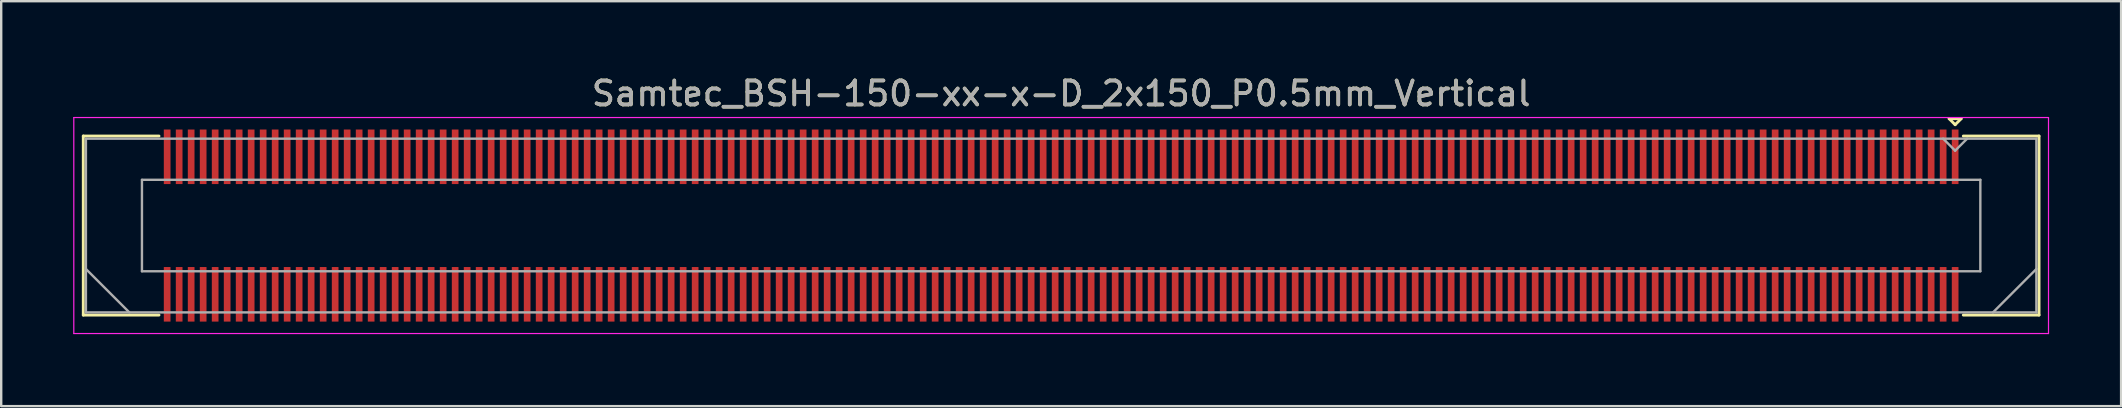
<source format=kicad_pcb>
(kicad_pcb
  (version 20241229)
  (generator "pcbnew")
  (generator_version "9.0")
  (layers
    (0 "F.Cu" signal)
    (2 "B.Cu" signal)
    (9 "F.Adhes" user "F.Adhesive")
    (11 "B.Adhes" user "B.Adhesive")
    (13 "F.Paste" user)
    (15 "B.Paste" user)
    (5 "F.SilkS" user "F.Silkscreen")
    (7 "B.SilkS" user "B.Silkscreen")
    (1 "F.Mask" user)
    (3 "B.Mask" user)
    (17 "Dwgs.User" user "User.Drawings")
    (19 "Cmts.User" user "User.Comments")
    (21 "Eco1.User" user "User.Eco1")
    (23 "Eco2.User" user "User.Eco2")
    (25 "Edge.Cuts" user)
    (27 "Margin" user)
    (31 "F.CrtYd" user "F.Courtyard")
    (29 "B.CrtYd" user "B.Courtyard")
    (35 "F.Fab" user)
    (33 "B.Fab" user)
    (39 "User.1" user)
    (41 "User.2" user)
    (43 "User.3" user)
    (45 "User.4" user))
  (footprint "Samtec_BSH-150-xx-x-D_2x150_P0.5mm_Vertical"
    (layer "F.Cu")
    (at 41.165 6.348)
    (property "Reference" "Samtec_BSH-150-xx-x-D_2x150_P0.5mm_Vertical" (at 0 -5.5 0) (layer "F.SilkS") (effects (font (size 1 1) (thickness 0.15))))
    (attr smd)
    (fp_line (start -40.745 -3.73) (end -37.59 -3.73) (stroke (width 0.12) (type solid)) (layer "F.SilkS"))
    (fp_line (start -40.745 3.73) (end -40.745 -3.73) (stroke (width 0.12) (type solid)) (layer "F.SilkS"))
    (fp_line (start -37.59 3.73) (end -40.745 3.73) (stroke (width 0.12) (type solid)) (layer "F.SilkS"))
    (fp_line (start 37 -4.452) (end 37.5 -4.452) (stroke (width 0.12) (type solid)) (layer "F.SilkS"))
    (fp_line (start 37.25 -4.202) (end 37 -4.452) (stroke (width 0.12) (type solid)) (layer "F.SilkS"))
    (fp_line (start 37.5 -4.452) (end 37.25 -4.202) (stroke (width 0.12) (type solid)) (layer "F.SilkS"))
    (fp_line (start 37.59 3.73) (end 40.745 3.73) (stroke (width 0.12) (type solid)) (layer "F.SilkS"))
    (fp_line (start 40.745 -3.73) (end 37.59 -3.73) (stroke (width 0.12) (type solid)) (layer "F.SilkS"))
    (fp_line (start 40.745 3.73) (end 40.745 -3.73) (stroke (width 0.12) (type solid)) (layer "F.SilkS"))
    (fp_line (start -41.14 -4.5) (end -41.14 4.5) (stroke (width 0.05) (type solid)) (layer "F.CrtYd"))
    (fp_line (start -41.14 4.5) (end 41.14 4.5) (stroke (width 0.05) (type solid)) (layer "F.CrtYd"))
    (fp_line (start 41.14 -4.5) (end -41.14 -4.5) (stroke (width 0.05) (type solid)) (layer "F.CrtYd"))
    (fp_line (start 41.14 4.5) (end 41.14 -4.5) (stroke (width 0.05) (type solid)) (layer "F.CrtYd"))
    (fp_line (start -40.635 -3.62) (end -40.635 3.62) (stroke (width 0.1) (type solid)) (layer "F.Fab"))
    (fp_line (start -40.635 1.81) (end -38.825 3.62) (stroke (width 0.1) (type solid)) (layer "F.Fab"))
    (fp_line (start -40.635 3.62) (end 40.635 3.62) (stroke (width 0.1) (type solid)) (layer "F.Fab"))
    (fp_line (start -38.3 -1.905) (end -38.3 1.905) (stroke (width 0.1) (type solid)) (layer "F.Fab"))
    (fp_line (start -38.3 1.905) (end 38.3 1.905) (stroke (width 0.1) (type solid)) (layer "F.Fab"))
    (fp_line (start 37.25 -3.12) (end 36.75 -3.62) (stroke (width 0.1) (type solid)) (layer "F.Fab"))
    (fp_line (start 37.75 -3.62) (end 37.25 -3.12) (stroke (width 0.1) (type solid)) (layer "F.Fab"))
    (fp_line (start 38.3 -1.905) (end -38.3 -1.905) (stroke (width 0.1) (type solid)) (layer "F.Fab"))
    (fp_line (start 38.3 1.905) (end 38.3 -1.905) (stroke (width 0.1) (type solid)) (layer "F.Fab"))
    (fp_line (start 40.635 -3.62) (end -40.635 -3.62) (stroke (width 0.1) (type solid)) (layer "F.Fab"))
    (fp_line (start 40.635 1.81) (end 38.825 3.62) (stroke (width 0.1) (type solid)) (layer "F.Fab"))
    (fp_line (start 40.635 3.62) (end 40.635 -3.62) (stroke (width 0.1) (type solid)) (layer "F.Fab"))
    (fp_text user "${REFERENCE}" (at 0 -5.5 0) (layer "F.Fab") (effects (font (size 1 1) (thickness 0.15))))
    (pad "1" smd rect (at 37.25 -2.865) (size 0.279 2.273) (layers "F.Cu" "F.Mask" "F.Paste"))
    (pad "2" smd rect (at 37.25 2.865) (size 0.279 2.273) (layers "F.Cu" "F.Mask" "F.Paste"))
    (pad "3" smd rect (at 36.75 -2.865) (size 0.279 2.273) (layers "F.Cu" "F.Mask" "F.Paste"))
    (pad "4" smd rect (at 36.75 2.865) (size 0.279 2.273) (layers "F.Cu" "F.Mask" "F.Paste"))
    (pad "5" smd rect (at 36.25 -2.865) (size 0.279 2.273) (layers "F.Cu" "F.Mask" "F.Paste"))
    (pad "6" smd rect (at 36.25 2.865) (size 0.279 2.273) (layers "F.Cu" "F.Mask" "F.Paste"))
    (pad "7" smd rect (at 35.75 -2.865) (size 0.279 2.273) (layers "F.Cu" "F.Mask" "F.Paste"))
    (pad "8" smd rect (at 35.75 2.865) (size 0.279 2.273) (layers "F.Cu" "F.Mask" "F.Paste"))
    (pad "9" smd rect (at 35.25 -2.865) (size 0.279 2.273) (layers "F.Cu" "F.Mask" "F.Paste"))
    (pad "10" smd rect (at 35.25 2.865) (size 0.279 2.273) (layers "F.Cu" "F.Mask" "F.Paste"))
    (pad "11" smd rect (at 34.75 -2.865) (size 0.279 2.273) (layers "F.Cu" "F.Mask" "F.Paste"))
    (pad "12" smd rect (at 34.75 2.865) (size 0.279 2.273) (layers "F.Cu" "F.Mask" "F.Paste"))
    (pad "13" smd rect (at 34.25 -2.865) (size 0.279 2.273) (layers "F.Cu" "F.Mask" "F.Paste"))
    (pad "14" smd rect (at 34.25 2.865) (size 0.279 2.273) (layers "F.Cu" "F.Mask" "F.Paste"))
    (pad "15" smd rect (at 33.75 -2.865) (size 0.279 2.273) (layers "F.Cu" "F.Mask" "F.Paste"))
    (pad "16" smd rect (at 33.75 2.865) (size 0.279 2.273) (layers "F.Cu" "F.Mask" "F.Paste"))
    (pad "17" smd rect (at 33.25 -2.865) (size 0.279 2.273) (layers "F.Cu" "F.Mask" "F.Paste"))
    (pad "18" smd rect (at 33.25 2.865) (size 0.279 2.273) (layers "F.Cu" "F.Mask" "F.Paste"))
    (pad "19" smd rect (at 32.75 -2.865) (size 0.279 2.273) (layers "F.Cu" "F.Mask" "F.Paste"))
    (pad "20" smd rect (at 32.75 2.865) (size 0.279 2.273) (layers "F.Cu" "F.Mask" "F.Paste"))
    (pad "21" smd rect (at 32.25 -2.865) (size 0.279 2.273) (layers "F.Cu" "F.Mask" "F.Paste"))
    (pad "22" smd rect (at 32.25 2.865) (size 0.279 2.273) (layers "F.Cu" "F.Mask" "F.Paste"))
    (pad "23" smd rect (at 31.75 -2.865) (size 0.279 2.273) (layers "F.Cu" "F.Mask" "F.Paste"))
    (pad "24" smd rect (at 31.75 2.865) (size 0.279 2.273) (layers "F.Cu" "F.Mask" "F.Paste"))
    (pad "25" smd rect (at 31.25 -2.865) (size 0.279 2.273) (layers "F.Cu" "F.Mask" "F.Paste"))
    (pad "26" smd rect (at 31.25 2.865) (size 0.279 2.273) (layers "F.Cu" "F.Mask" "F.Paste"))
    (pad "27" smd rect (at 30.75 -2.865) (size 0.279 2.273) (layers "F.Cu" "F.Mask" "F.Paste"))
    (pad "28" smd rect (at 30.75 2.865) (size 0.279 2.273) (layers "F.Cu" "F.Mask" "F.Paste"))
    (pad "29" smd rect (at 30.25 -2.865) (size 0.279 2.273) (layers "F.Cu" "F.Mask" "F.Paste"))
    (pad "30" smd rect (at 30.25 2.865) (size 0.279 2.273) (layers "F.Cu" "F.Mask" "F.Paste"))
    (pad "31" smd rect (at 29.75 -2.865) (size 0.279 2.273) (layers "F.Cu" "F.Mask" "F.Paste"))
    (pad "32" smd rect (at 29.75 2.865) (size 0.279 2.273) (layers "F.Cu" "F.Mask" "F.Paste"))
    (pad "33" smd rect (at 29.25 -2.865) (size 0.279 2.273) (layers "F.Cu" "F.Mask" "F.Paste"))
    (pad "34" smd rect (at 29.25 2.865) (size 0.279 2.273) (layers "F.Cu" "F.Mask" "F.Paste"))
    (pad "35" smd rect (at 28.75 -2.865) (size 0.279 2.273) (layers "F.Cu" "F.Mask" "F.Paste"))
    (pad "36" smd rect (at 28.75 2.865) (size 0.279 2.273) (layers "F.Cu" "F.Mask" "F.Paste"))
    (pad "37" smd rect (at 28.25 -2.865) (size 0.279 2.273) (layers "F.Cu" "F.Mask" "F.Paste"))
    (pad "38" smd rect (at 28.25 2.865) (size 0.279 2.273) (layers "F.Cu" "F.Mask" "F.Paste"))
    (pad "39" smd rect (at 27.75 -2.865) (size 0.279 2.273) (layers "F.Cu" "F.Mask" "F.Paste"))
    (pad "40" smd rect (at 27.75 2.865) (size 0.279 2.273) (layers "F.Cu" "F.Mask" "F.Paste"))
    (pad "41" smd rect (at 27.25 -2.865) (size 0.279 2.273) (layers "F.Cu" "F.Mask" "F.Paste"))
    (pad "42" smd rect (at 27.25 2.865) (size 0.279 2.273) (layers "F.Cu" "F.Mask" "F.Paste"))
    (pad "43" smd rect (at 26.75 -2.865) (size 0.279 2.273) (layers "F.Cu" "F.Mask" "F.Paste"))
    (pad "44" smd rect (at 26.75 2.865) (size 0.279 2.273) (layers "F.Cu" "F.Mask" "F.Paste"))
    (pad "45" smd rect (at 26.25 -2.865) (size 0.279 2.273) (layers "F.Cu" "F.Mask" "F.Paste"))
    (pad "46" smd rect (at 26.25 2.865) (size 0.279 2.273) (layers "F.Cu" "F.Mask" "F.Paste"))
    (pad "47" smd rect (at 25.75 -2.865) (size 0.279 2.273) (layers "F.Cu" "F.Mask" "F.Paste"))
    (pad "48" smd rect (at 25.75 2.865) (size 0.279 2.273) (layers "F.Cu" "F.Mask" "F.Paste"))
    (pad "49" smd rect (at 25.25 -2.865) (size 0.279 2.273) (layers "F.Cu" "F.Mask" "F.Paste"))
    (pad "50" smd rect (at 25.25 2.865) (size 0.279 2.273) (layers "F.Cu" "F.Mask" "F.Paste"))
    (pad "51" smd rect (at 24.75 -2.865) (size 0.279 2.273) (layers "F.Cu" "F.Mask" "F.Paste"))
    (pad "52" smd rect (at 24.75 2.865) (size 0.279 2.273) (layers "F.Cu" "F.Mask" "F.Paste"))
    (pad "53" smd rect (at 24.25 -2.865) (size 0.279 2.273) (layers "F.Cu" "F.Mask" "F.Paste"))
    (pad "54" smd rect (at 24.25 2.865) (size 0.279 2.273) (layers "F.Cu" "F.Mask" "F.Paste"))
    (pad "55" smd rect (at 23.75 -2.865) (size 0.279 2.273) (layers "F.Cu" "F.Mask" "F.Paste"))
    (pad "56" smd rect (at 23.75 2.865) (size 0.279 2.273) (layers "F.Cu" "F.Mask" "F.Paste"))
    (pad "57" smd rect (at 23.25 -2.865) (size 0.279 2.273) (layers "F.Cu" "F.Mask" "F.Paste"))
    (pad "58" smd rect (at 23.25 2.865) (size 0.279 2.273) (layers "F.Cu" "F.Mask" "F.Paste"))
    (pad "59" smd rect (at 22.75 -2.865) (size 0.279 2.273) (layers "F.Cu" "F.Mask" "F.Paste"))
    (pad "60" smd rect (at 22.75 2.865) (size 0.279 2.273) (layers "F.Cu" "F.Mask" "F.Paste"))
    (pad "61" smd rect (at 22.25 -2.865) (size 0.279 2.273) (layers "F.Cu" "F.Mask" "F.Paste"))
    (pad "62" smd rect (at 22.25 2.865) (size 0.279 2.273) (layers "F.Cu" "F.Mask" "F.Paste"))
    (pad "63" smd rect (at 21.75 -2.865) (size 0.279 2.273) (layers "F.Cu" "F.Mask" "F.Paste"))
    (pad "64" smd rect (at 21.75 2.865) (size 0.279 2.273) (layers "F.Cu" "F.Mask" "F.Paste"))
    (pad "65" smd rect (at 21.25 -2.865) (size 0.279 2.273) (layers "F.Cu" "F.Mask" "F.Paste"))
    (pad "66" smd rect (at 21.25 2.865) (size 0.279 2.273) (layers "F.Cu" "F.Mask" "F.Paste"))
    (pad "67" smd rect (at 20.75 -2.865) (size 0.279 2.273) (layers "F.Cu" "F.Mask" "F.Paste"))
    (pad "68" smd rect (at 20.75 2.865) (size 0.279 2.273) (layers "F.Cu" "F.Mask" "F.Paste"))
    (pad "69" smd rect (at 20.25 -2.865) (size 0.279 2.273) (layers "F.Cu" "F.Mask" "F.Paste"))
    (pad "70" smd rect (at 20.25 2.865) (size 0.279 2.273) (layers "F.Cu" "F.Mask" "F.Paste"))
    (pad "71" smd rect (at 19.75 -2.865) (size 0.279 2.273) (layers "F.Cu" "F.Mask" "F.Paste"))
    (pad "72" smd rect (at 19.75 2.865) (size 0.279 2.273) (layers "F.Cu" "F.Mask" "F.Paste"))
    (pad "73" smd rect (at 19.25 -2.865) (size 0.279 2.273) (layers "F.Cu" "F.Mask" "F.Paste"))
    (pad "74" smd rect (at 19.25 2.865) (size 0.279 2.273) (layers "F.Cu" "F.Mask" "F.Paste"))
    (pad "75" smd rect (at 18.75 -2.865) (size 0.279 2.273) (layers "F.Cu" "F.Mask" "F.Paste"))
    (pad "76" smd rect (at 18.75 2.865) (size 0.279 2.273) (layers "F.Cu" "F.Mask" "F.Paste"))
    (pad "77" smd rect (at 18.25 -2.865) (size 0.279 2.273) (layers "F.Cu" "F.Mask" "F.Paste"))
    (pad "78" smd rect (at 18.25 2.865) (size 0.279 2.273) (layers "F.Cu" "F.Mask" "F.Paste"))
    (pad "79" smd rect (at 17.75 -2.865) (size 0.279 2.273) (layers "F.Cu" "F.Mask" "F.Paste"))
    (pad "80" smd rect (at 17.75 2.865) (size 0.279 2.273) (layers "F.Cu" "F.Mask" "F.Paste"))
    (pad "81" smd rect (at 17.25 -2.865) (size 0.279 2.273) (layers "F.Cu" "F.Mask" "F.Paste"))
    (pad "82" smd rect (at 17.25 2.865) (size 0.279 2.273) (layers "F.Cu" "F.Mask" "F.Paste"))
    (pad "83" smd rect (at 16.75 -2.865) (size 0.279 2.273) (layers "F.Cu" "F.Mask" "F.Paste"))
    (pad "84" smd rect (at 16.75 2.865) (size 0.279 2.273) (layers "F.Cu" "F.Mask" "F.Paste"))
    (pad "85" smd rect (at 16.25 -2.865) (size 0.279 2.273) (layers "F.Cu" "F.Mask" "F.Paste"))
    (pad "86" smd rect (at 16.25 2.865) (size 0.279 2.273) (layers "F.Cu" "F.Mask" "F.Paste"))
    (pad "87" smd rect (at 15.75 -2.865) (size 0.279 2.273) (layers "F.Cu" "F.Mask" "F.Paste"))
    (pad "88" smd rect (at 15.75 2.865) (size 0.279 2.273) (layers "F.Cu" "F.Mask" "F.Paste"))
    (pad "89" smd rect (at 15.25 -2.865) (size 0.279 2.273) (layers "F.Cu" "F.Mask" "F.Paste"))
    (pad "90" smd rect (at 15.25 2.865) (size 0.279 2.273) (layers "F.Cu" "F.Mask" "F.Paste"))
    (pad "91" smd rect (at 14.75 -2.865) (size 0.279 2.273) (layers "F.Cu" "F.Mask" "F.Paste"))
    (pad "92" smd rect (at 14.75 2.865) (size 0.279 2.273) (layers "F.Cu" "F.Mask" "F.Paste"))
    (pad "93" smd rect (at 14.25 -2.865) (size 0.279 2.273) (layers "F.Cu" "F.Mask" "F.Paste"))
    (pad "94" smd rect (at 14.25 2.865) (size 0.279 2.273) (layers "F.Cu" "F.Mask" "F.Paste"))
    (pad "95" smd rect (at 13.75 -2.865) (size 0.279 2.273) (layers "F.Cu" "F.Mask" "F.Paste"))
    (pad "96" smd rect (at 13.75 2.865) (size 0.279 2.273) (layers "F.Cu" "F.Mask" "F.Paste"))
    (pad "97" smd rect (at 13.25 -2.865) (size 0.279 2.273) (layers "F.Cu" "F.Mask" "F.Paste"))
    (pad "98" smd rect (at 13.25 2.865) (size 0.279 2.273) (layers "F.Cu" "F.Mask" "F.Paste"))
    (pad "99" smd rect (at 12.75 -2.865) (size 0.279 2.273) (layers "F.Cu" "F.Mask" "F.Paste"))
    (pad "100" smd rect (at 12.75 2.865) (size 0.279 2.273) (layers "F.Cu" "F.Mask" "F.Paste"))
    (pad "101" smd rect (at 12.25 -2.865) (size 0.279 2.273) (layers "F.Cu" "F.Mask" "F.Paste"))
    (pad "102" smd rect (at 12.25 2.865) (size 0.279 2.273) (layers "F.Cu" "F.Mask" "F.Paste"))
    (pad "103" smd rect (at 11.75 -2.865) (size 0.279 2.273) (layers "F.Cu" "F.Mask" "F.Paste"))
    (pad "104" smd rect (at 11.75 2.865) (size 0.279 2.273) (layers "F.Cu" "F.Mask" "F.Paste"))
    (pad "105" smd rect (at 11.25 -2.865) (size 0.279 2.273) (layers "F.Cu" "F.Mask" "F.Paste"))
    (pad "106" smd rect (at 11.25 2.865) (size 0.279 2.273) (layers "F.Cu" "F.Mask" "F.Paste"))
    (pad "107" smd rect (at 10.75 -2.865) (size 0.279 2.273) (layers "F.Cu" "F.Mask" "F.Paste"))
    (pad "108" smd rect (at 10.75 2.865) (size 0.279 2.273) (layers "F.Cu" "F.Mask" "F.Paste"))
    (pad "109" smd rect (at 10.25 -2.865) (size 0.279 2.273) (layers "F.Cu" "F.Mask" "F.Paste"))
    (pad "110" smd rect (at 10.25 2.865) (size 0.279 2.273) (layers "F.Cu" "F.Mask" "F.Paste"))
    (pad "111" smd rect (at 9.75 -2.865) (size 0.279 2.273) (layers "F.Cu" "F.Mask" "F.Paste"))
    (pad "112" smd rect (at 9.75 2.865) (size 0.279 2.273) (layers "F.Cu" "F.Mask" "F.Paste"))
    (pad "113" smd rect (at 9.25 -2.865) (size 0.279 2.273) (layers "F.Cu" "F.Mask" "F.Paste"))
    (pad "114" smd rect (at 9.25 2.865) (size 0.279 2.273) (layers "F.Cu" "F.Mask" "F.Paste"))
    (pad "115" smd rect (at 8.75 -2.865) (size 0.279 2.273) (layers "F.Cu" "F.Mask" "F.Paste"))
    (pad "116" smd rect (at 8.75 2.865) (size 0.279 2.273) (layers "F.Cu" "F.Mask" "F.Paste"))
    (pad "117" smd rect (at 8.25 -2.865) (size 0.279 2.273) (layers "F.Cu" "F.Mask" "F.Paste"))
    (pad "118" smd rect (at 8.25 2.865) (size 0.279 2.273) (layers "F.Cu" "F.Mask" "F.Paste"))
    (pad "119" smd rect (at 7.75 -2.865) (size 0.279 2.273) (layers "F.Cu" "F.Mask" "F.Paste"))
    (pad "120" smd rect (at 7.75 2.865) (size 0.279 2.273) (layers "F.Cu" "F.Mask" "F.Paste"))
    (pad "121" smd rect (at 7.25 -2.865) (size 0.279 2.273) (layers "F.Cu" "F.Mask" "F.Paste"))
    (pad "122" smd rect (at 7.25 2.865) (size 0.279 2.273) (layers "F.Cu" "F.Mask" "F.Paste"))
    (pad "123" smd rect (at 6.75 -2.865) (size 0.279 2.273) (layers "F.Cu" "F.Mask" "F.Paste"))
    (pad "124" smd rect (at 6.75 2.865) (size 0.279 2.273) (layers "F.Cu" "F.Mask" "F.Paste"))
    (pad "125" smd rect (at 6.25 -2.865) (size 0.279 2.273) (layers "F.Cu" "F.Mask" "F.Paste"))
    (pad "126" smd rect (at 6.25 2.865) (size 0.279 2.273) (layers "F.Cu" "F.Mask" "F.Paste"))
    (pad "127" smd rect (at 5.75 -2.865) (size 0.279 2.273) (layers "F.Cu" "F.Mask" "F.Paste"))
    (pad "128" smd rect (at 5.75 2.865) (size 0.279 2.273) (layers "F.Cu" "F.Mask" "F.Paste"))
    (pad "129" smd rect (at 5.25 -2.865) (size 0.279 2.273) (layers "F.Cu" "F.Mask" "F.Paste"))
    (pad "130" smd rect (at 5.25 2.865) (size 0.279 2.273) (layers "F.Cu" "F.Mask" "F.Paste"))
    (pad "131" smd rect (at 4.75 -2.865) (size 0.279 2.273) (layers "F.Cu" "F.Mask" "F.Paste"))
    (pad "132" smd rect (at 4.75 2.865) (size 0.279 2.273) (layers "F.Cu" "F.Mask" "F.Paste"))
    (pad "133" smd rect (at 4.25 -2.865) (size 0.279 2.273) (layers "F.Cu" "F.Mask" "F.Paste"))
    (pad "134" smd rect (at 4.25 2.865) (size 0.279 2.273) (layers "F.Cu" "F.Mask" "F.Paste"))
    (pad "135" smd rect (at 3.75 -2.865) (size 0.279 2.273) (layers "F.Cu" "F.Mask" "F.Paste"))
    (pad "136" smd rect (at 3.75 2.865) (size 0.279 2.273) (layers "F.Cu" "F.Mask" "F.Paste"))
    (pad "137" smd rect (at 3.25 -2.865) (size 0.279 2.273) (layers "F.Cu" "F.Mask" "F.Paste"))
    (pad "138" smd rect (at 3.25 2.865) (size 0.279 2.273) (layers "F.Cu" "F.Mask" "F.Paste"))
    (pad "139" smd rect (at 2.75 -2.865) (size 0.279 2.273) (layers "F.Cu" "F.Mask" "F.Paste"))
    (pad "140" smd rect (at 2.75 2.865) (size 0.279 2.273) (layers "F.Cu" "F.Mask" "F.Paste"))
    (pad "141" smd rect (at 2.25 -2.865) (size 0.279 2.273) (layers "F.Cu" "F.Mask" "F.Paste"))
    (pad "142" smd rect (at 2.25 2.865) (size 0.279 2.273) (layers "F.Cu" "F.Mask" "F.Paste"))
    (pad "143" smd rect (at 1.75 -2.865) (size 0.279 2.273) (layers "F.Cu" "F.Mask" "F.Paste"))
    (pad "144" smd rect (at 1.75 2.865) (size 0.279 2.273) (layers "F.Cu" "F.Mask" "F.Paste"))
    (pad "145" smd rect (at 1.25 -2.865) (size 0.279 2.273) (layers "F.Cu" "F.Mask" "F.Paste"))
    (pad "146" smd rect (at 1.25 2.865) (size 0.279 2.273) (layers "F.Cu" "F.Mask" "F.Paste"))
    (pad "147" smd rect (at 0.75 -2.865) (size 0.279 2.273) (layers "F.Cu" "F.Mask" "F.Paste"))
    (pad "148" smd rect (at 0.75 2.865) (size 0.279 2.273) (layers "F.Cu" "F.Mask" "F.Paste"))
    (pad "149" smd rect (at 0.25 -2.865) (size 0.279 2.273) (layers "F.Cu" "F.Mask" "F.Paste"))
    (pad "150" smd rect (at 0.25 2.865) (size 0.279 2.273) (layers "F.Cu" "F.Mask" "F.Paste"))
    (pad "151" smd rect (at -0.25 -2.865) (size 0.279 2.273) (layers "F.Cu" "F.Mask" "F.Paste"))
    (pad "152" smd rect (at -0.25 2.865) (size 0.279 2.273) (layers "F.Cu" "F.Mask" "F.Paste"))
    (pad "153" smd rect (at -0.75 -2.865) (size 0.279 2.273) (layers "F.Cu" "F.Mask" "F.Paste"))
    (pad "154" smd rect (at -0.75 2.865) (size 0.279 2.273) (layers "F.Cu" "F.Mask" "F.Paste"))
    (pad "155" smd rect (at -1.25 -2.865) (size 0.279 2.273) (layers "F.Cu" "F.Mask" "F.Paste"))
    (pad "156" smd rect (at -1.25 2.865) (size 0.279 2.273) (layers "F.Cu" "F.Mask" "F.Paste"))
    (pad "157" smd rect (at -1.75 -2.865) (size 0.279 2.273) (layers "F.Cu" "F.Mask" "F.Paste"))
    (pad "158" smd rect (at -1.75 2.865) (size 0.279 2.273) (layers "F.Cu" "F.Mask" "F.Paste"))
    (pad "159" smd rect (at -2.25 -2.865) (size 0.279 2.273) (layers "F.Cu" "F.Mask" "F.Paste"))
    (pad "160" smd rect (at -2.25 2.865) (size 0.279 2.273) (layers "F.Cu" "F.Mask" "F.Paste"))
    (pad "161" smd rect (at -2.75 -2.865) (size 0.279 2.273) (layers "F.Cu" "F.Mask" "F.Paste"))
    (pad "162" smd rect (at -2.75 2.865) (size 0.279 2.273) (layers "F.Cu" "F.Mask" "F.Paste"))
    (pad "163" smd rect (at -3.25 -2.865) (size 0.279 2.273) (layers "F.Cu" "F.Mask" "F.Paste"))
    (pad "164" smd rect (at -3.25 2.865) (size 0.279 2.273) (layers "F.Cu" "F.Mask" "F.Paste"))
    (pad "165" smd rect (at -3.75 -2.865) (size 0.279 2.273) (layers "F.Cu" "F.Mask" "F.Paste"))
    (pad "166" smd rect (at -3.75 2.865) (size 0.279 2.273) (layers "F.Cu" "F.Mask" "F.Paste"))
    (pad "167" smd rect (at -4.25 -2.865) (size 0.279 2.273) (layers "F.Cu" "F.Mask" "F.Paste"))
    (pad "168" smd rect (at -4.25 2.865) (size 0.279 2.273) (layers "F.Cu" "F.Mask" "F.Paste"))
    (pad "169" smd rect (at -4.75 -2.865) (size 0.279 2.273) (layers "F.Cu" "F.Mask" "F.Paste"))
    (pad "170" smd rect (at -4.75 2.865) (size 0.279 2.273) (layers "F.Cu" "F.Mask" "F.Paste"))
    (pad "171" smd rect (at -5.25 -2.865) (size 0.279 2.273) (layers "F.Cu" "F.Mask" "F.Paste"))
    (pad "172" smd rect (at -5.25 2.865) (size 0.279 2.273) (layers "F.Cu" "F.Mask" "F.Paste"))
    (pad "173" smd rect (at -5.75 -2.865) (size 0.279 2.273) (layers "F.Cu" "F.Mask" "F.Paste"))
    (pad "174" smd rect (at -5.75 2.865) (size 0.279 2.273) (layers "F.Cu" "F.Mask" "F.Paste"))
    (pad "175" smd rect (at -6.25 -2.865) (size 0.279 2.273) (layers "F.Cu" "F.Mask" "F.Paste"))
    (pad "176" smd rect (at -6.25 2.865) (size 0.279 2.273) (layers "F.Cu" "F.Mask" "F.Paste"))
    (pad "177" smd rect (at -6.75 -2.865) (size 0.279 2.273) (layers "F.Cu" "F.Mask" "F.Paste"))
    (pad "178" smd rect (at -6.75 2.865) (size 0.279 2.273) (layers "F.Cu" "F.Mask" "F.Paste"))
    (pad "179" smd rect (at -7.25 -2.865) (size 0.279 2.273) (layers "F.Cu" "F.Mask" "F.Paste"))
    (pad "180" smd rect (at -7.25 2.865) (size 0.279 2.273) (layers "F.Cu" "F.Mask" "F.Paste"))
    (pad "181" smd rect (at -7.75 -2.865) (size 0.279 2.273) (layers "F.Cu" "F.Mask" "F.Paste"))
    (pad "182" smd rect (at -7.75 2.865) (size 0.279 2.273) (layers "F.Cu" "F.Mask" "F.Paste"))
    (pad "183" smd rect (at -8.25 -2.865) (size 0.279 2.273) (layers "F.Cu" "F.Mask" "F.Paste"))
    (pad "184" smd rect (at -8.25 2.865) (size 0.279 2.273) (layers "F.Cu" "F.Mask" "F.Paste"))
    (pad "185" smd rect (at -8.75 -2.865) (size 0.279 2.273) (layers "F.Cu" "F.Mask" "F.Paste"))
    (pad "186" smd rect (at -8.75 2.865) (size 0.279 2.273) (layers "F.Cu" "F.Mask" "F.Paste"))
    (pad "187" smd rect (at -9.25 -2.865) (size 0.279 2.273) (layers "F.Cu" "F.Mask" "F.Paste"))
    (pad "188" smd rect (at -9.25 2.865) (size 0.279 2.273) (layers "F.Cu" "F.Mask" "F.Paste"))
    (pad "189" smd rect (at -9.75 -2.865) (size 0.279 2.273) (layers "F.Cu" "F.Mask" "F.Paste"))
    (pad "190" smd rect (at -9.75 2.865) (size 0.279 2.273) (layers "F.Cu" "F.Mask" "F.Paste"))
    (pad "191" smd rect (at -10.25 -2.865) (size 0.279 2.273) (layers "F.Cu" "F.Mask" "F.Paste"))
    (pad "192" smd rect (at -10.25 2.865) (size 0.279 2.273) (layers "F.Cu" "F.Mask" "F.Paste"))
    (pad "193" smd rect (at -10.75 -2.865) (size 0.279 2.273) (layers "F.Cu" "F.Mask" "F.Paste"))
    (pad "194" smd rect (at -10.75 2.865) (size 0.279 2.273) (layers "F.Cu" "F.Mask" "F.Paste"))
    (pad "195" smd rect (at -11.25 -2.865) (size 0.279 2.273) (layers "F.Cu" "F.Mask" "F.Paste"))
    (pad "196" smd rect (at -11.25 2.865) (size 0.279 2.273) (layers "F.Cu" "F.Mask" "F.Paste"))
    (pad "197" smd rect (at -11.75 -2.865) (size 0.279 2.273) (layers "F.Cu" "F.Mask" "F.Paste"))
    (pad "198" smd rect (at -11.75 2.865) (size 0.279 2.273) (layers "F.Cu" "F.Mask" "F.Paste"))
    (pad "199" smd rect (at -12.25 -2.865) (size 0.279 2.273) (layers "F.Cu" "F.Mask" "F.Paste"))
    (pad "200" smd rect (at -12.25 2.865) (size 0.279 2.273) (layers "F.Cu" "F.Mask" "F.Paste"))
    (pad "201" smd rect (at -12.75 -2.865) (size 0.279 2.273) (layers "F.Cu" "F.Mask" "F.Paste"))
    (pad "202" smd rect (at -12.75 2.865) (size 0.279 2.273) (layers "F.Cu" "F.Mask" "F.Paste"))
    (pad "203" smd rect (at -13.25 -2.865) (size 0.279 2.273) (layers "F.Cu" "F.Mask" "F.Paste"))
    (pad "204" smd rect (at -13.25 2.865) (size 0.279 2.273) (layers "F.Cu" "F.Mask" "F.Paste"))
    (pad "205" smd rect (at -13.75 -2.865) (size 0.279 2.273) (layers "F.Cu" "F.Mask" "F.Paste"))
    (pad "206" smd rect (at -13.75 2.865) (size 0.279 2.273) (layers "F.Cu" "F.Mask" "F.Paste"))
    (pad "207" smd rect (at -14.25 -2.865) (size 0.279 2.273) (layers "F.Cu" "F.Mask" "F.Paste"))
    (pad "208" smd rect (at -14.25 2.865) (size 0.279 2.273) (layers "F.Cu" "F.Mask" "F.Paste"))
    (pad "209" smd rect (at -14.75 -2.865) (size 0.279 2.273) (layers "F.Cu" "F.Mask" "F.Paste"))
    (pad "210" smd rect (at -14.75 2.865) (size 0.279 2.273) (layers "F.Cu" "F.Mask" "F.Paste"))
    (pad "211" smd rect (at -15.25 -2.865) (size 0.279 2.273) (layers "F.Cu" "F.Mask" "F.Paste"))
    (pad "212" smd rect (at -15.25 2.865) (size 0.279 2.273) (layers "F.Cu" "F.Mask" "F.Paste"))
    (pad "213" smd rect (at -15.75 -2.865) (size 0.279 2.273) (layers "F.Cu" "F.Mask" "F.Paste"))
    (pad "214" smd rect (at -15.75 2.865) (size 0.279 2.273) (layers "F.Cu" "F.Mask" "F.Paste"))
    (pad "215" smd rect (at -16.25 -2.865) (size 0.279 2.273) (layers "F.Cu" "F.Mask" "F.Paste"))
    (pad "216" smd rect (at -16.25 2.865) (size 0.279 2.273) (layers "F.Cu" "F.Mask" "F.Paste"))
    (pad "217" smd rect (at -16.75 -2.865) (size 0.279 2.273) (layers "F.Cu" "F.Mask" "F.Paste"))
    (pad "218" smd rect (at -16.75 2.865) (size 0.279 2.273) (layers "F.Cu" "F.Mask" "F.Paste"))
    (pad "219" smd rect (at -17.25 -2.865) (size 0.279 2.273) (layers "F.Cu" "F.Mask" "F.Paste"))
    (pad "220" smd rect (at -17.25 2.865) (size 0.279 2.273) (layers "F.Cu" "F.Mask" "F.Paste"))
    (pad "221" smd rect (at -17.75 -2.865) (size 0.279 2.273) (layers "F.Cu" "F.Mask" "F.Paste"))
    (pad "222" smd rect (at -17.75 2.865) (size 0.279 2.273) (layers "F.Cu" "F.Mask" "F.Paste"))
    (pad "223" smd rect (at -18.25 -2.865) (size 0.279 2.273) (layers "F.Cu" "F.Mask" "F.Paste"))
    (pad "224" smd rect (at -18.25 2.865) (size 0.279 2.273) (layers "F.Cu" "F.Mask" "F.Paste"))
    (pad "225" smd rect (at -18.75 -2.865) (size 0.279 2.273) (layers "F.Cu" "F.Mask" "F.Paste"))
    (pad "226" smd rect (at -18.75 2.865) (size 0.279 2.273) (layers "F.Cu" "F.Mask" "F.Paste"))
    (pad "227" smd rect (at -19.25 -2.865) (size 0.279 2.273) (layers "F.Cu" "F.Mask" "F.Paste"))
    (pad "228" smd rect (at -19.25 2.865) (size 0.279 2.273) (layers "F.Cu" "F.Mask" "F.Paste"))
    (pad "229" smd rect (at -19.75 -2.865) (size 0.279 2.273) (layers "F.Cu" "F.Mask" "F.Paste"))
    (pad "230" smd rect (at -19.75 2.865) (size 0.279 2.273) (layers "F.Cu" "F.Mask" "F.Paste"))
    (pad "231" smd rect (at -20.25 -2.865) (size 0.279 2.273) (layers "F.Cu" "F.Mask" "F.Paste"))
    (pad "232" smd rect (at -20.25 2.865) (size 0.279 2.273) (layers "F.Cu" "F.Mask" "F.Paste"))
    (pad "233" smd rect (at -20.75 -2.865) (size 0.279 2.273) (layers "F.Cu" "F.Mask" "F.Paste"))
    (pad "234" smd rect (at -20.75 2.865) (size 0.279 2.273) (layers "F.Cu" "F.Mask" "F.Paste"))
    (pad "235" smd rect (at -21.25 -2.865) (size 0.279 2.273) (layers "F.Cu" "F.Mask" "F.Paste"))
    (pad "236" smd rect (at -21.25 2.865) (size 0.279 2.273) (layers "F.Cu" "F.Mask" "F.Paste"))
    (pad "237" smd rect (at -21.75 -2.865) (size 0.279 2.273) (layers "F.Cu" "F.Mask" "F.Paste"))
    (pad "238" smd rect (at -21.75 2.865) (size 0.279 2.273) (layers "F.Cu" "F.Mask" "F.Paste"))
    (pad "239" smd rect (at -22.25 -2.865) (size 0.279 2.273) (layers "F.Cu" "F.Mask" "F.Paste"))
    (pad "240" smd rect (at -22.25 2.865) (size 0.279 2.273) (layers "F.Cu" "F.Mask" "F.Paste"))
    (pad "241" smd rect (at -22.75 -2.865) (size 0.279 2.273) (layers "F.Cu" "F.Mask" "F.Paste"))
    (pad "242" smd rect (at -22.75 2.865) (size 0.279 2.273) (layers "F.Cu" "F.Mask" "F.Paste"))
    (pad "243" smd rect (at -23.25 -2.865) (size 0.279 2.273) (layers "F.Cu" "F.Mask" "F.Paste"))
    (pad "244" smd rect (at -23.25 2.865) (size 0.279 2.273) (layers "F.Cu" "F.Mask" "F.Paste"))
    (pad "245" smd rect (at -23.75 -2.865) (size 0.279 2.273) (layers "F.Cu" "F.Mask" "F.Paste"))
    (pad "246" smd rect (at -23.75 2.865) (size 0.279 2.273) (layers "F.Cu" "F.Mask" "F.Paste"))
    (pad "247" smd rect (at -24.25 -2.865) (size 0.279 2.273) (layers "F.Cu" "F.Mask" "F.Paste"))
    (pad "248" smd rect (at -24.25 2.865) (size 0.279 2.273) (layers "F.Cu" "F.Mask" "F.Paste"))
    (pad "249" smd rect (at -24.75 -2.865) (size 0.279 2.273) (layers "F.Cu" "F.Mask" "F.Paste"))
    (pad "250" smd rect (at -24.75 2.865) (size 0.279 2.273) (layers "F.Cu" "F.Mask" "F.Paste"))
    (pad "251" smd rect (at -25.25 -2.865) (size 0.279 2.273) (layers "F.Cu" "F.Mask" "F.Paste"))
    (pad "252" smd rect (at -25.25 2.865) (size 0.279 2.273) (layers "F.Cu" "F.Mask" "F.Paste"))
    (pad "253" smd rect (at -25.75 -2.865) (size 0.279 2.273) (layers "F.Cu" "F.Mask" "F.Paste"))
    (pad "254" smd rect (at -25.75 2.865) (size 0.279 2.273) (layers "F.Cu" "F.Mask" "F.Paste"))
    (pad "255" smd rect (at -26.25 -2.865) (size 0.279 2.273) (layers "F.Cu" "F.Mask" "F.Paste"))
    (pad "256" smd rect (at -26.25 2.865) (size 0.279 2.273) (layers "F.Cu" "F.Mask" "F.Paste"))
    (pad "257" smd rect (at -26.75 -2.865) (size 0.279 2.273) (layers "F.Cu" "F.Mask" "F.Paste"))
    (pad "258" smd rect (at -26.75 2.865) (size 0.279 2.273) (layers "F.Cu" "F.Mask" "F.Paste"))
    (pad "259" smd rect (at -27.25 -2.865) (size 0.279 2.273) (layers "F.Cu" "F.Mask" "F.Paste"))
    (pad "260" smd rect (at -27.25 2.865) (size 0.279 2.273) (layers "F.Cu" "F.Mask" "F.Paste"))
    (pad "261" smd rect (at -27.75 -2.865) (size 0.279 2.273) (layers "F.Cu" "F.Mask" "F.Paste"))
    (pad "262" smd rect (at -27.75 2.865) (size 0.279 2.273) (layers "F.Cu" "F.Mask" "F.Paste"))
    (pad "263" smd rect (at -28.25 -2.865) (size 0.279 2.273) (layers "F.Cu" "F.Mask" "F.Paste"))
    (pad "264" smd rect (at -28.25 2.865) (size 0.279 2.273) (layers "F.Cu" "F.Mask" "F.Paste"))
    (pad "265" smd rect (at -28.75 -2.865) (size 0.279 2.273) (layers "F.Cu" "F.Mask" "F.Paste"))
    (pad "266" smd rect (at -28.75 2.865) (size 0.279 2.273) (layers "F.Cu" "F.Mask" "F.Paste"))
    (pad "267" smd rect (at -29.25 -2.865) (size 0.279 2.273) (layers "F.Cu" "F.Mask" "F.Paste"))
    (pad "268" smd rect (at -29.25 2.865) (size 0.279 2.273) (layers "F.Cu" "F.Mask" "F.Paste"))
    (pad "269" smd rect (at -29.75 -2.865) (size 0.279 2.273) (layers "F.Cu" "F.Mask" "F.Paste"))
    (pad "270" smd rect (at -29.75 2.865) (size 0.279 2.273) (layers "F.Cu" "F.Mask" "F.Paste"))
    (pad "271" smd rect (at -30.25 -2.865) (size 0.279 2.273) (layers "F.Cu" "F.Mask" "F.Paste"))
    (pad "272" smd rect (at -30.25 2.865) (size 0.279 2.273) (layers "F.Cu" "F.Mask" "F.Paste"))
    (pad "273" smd rect (at -30.75 -2.865) (size 0.279 2.273) (layers "F.Cu" "F.Mask" "F.Paste"))
    (pad "274" smd rect (at -30.75 2.865) (size 0.279 2.273) (layers "F.Cu" "F.Mask" "F.Paste"))
    (pad "275" smd rect (at -31.25 -2.865) (size 0.279 2.273) (layers "F.Cu" "F.Mask" "F.Paste"))
    (pad "276" smd rect (at -31.25 2.865) (size 0.279 2.273) (layers "F.Cu" "F.Mask" "F.Paste"))
    (pad "277" smd rect (at -31.75 -2.865) (size 0.279 2.273) (layers "F.Cu" "F.Mask" "F.Paste"))
    (pad "278" smd rect (at -31.75 2.865) (size 0.279 2.273) (layers "F.Cu" "F.Mask" "F.Paste"))
    (pad "279" smd rect (at -32.25 -2.865) (size 0.279 2.273) (layers "F.Cu" "F.Mask" "F.Paste"))
    (pad "280" smd rect (at -32.25 2.865) (size 0.279 2.273) (layers "F.Cu" "F.Mask" "F.Paste"))
    (pad "281" smd rect (at -32.75 -2.865) (size 0.279 2.273) (layers "F.Cu" "F.Mask" "F.Paste"))
    (pad "282" smd rect (at -32.75 2.865) (size 0.279 2.273) (layers "F.Cu" "F.Mask" "F.Paste"))
    (pad "283" smd rect (at -33.25 -2.865) (size 0.279 2.273) (layers "F.Cu" "F.Mask" "F.Paste"))
    (pad "284" smd rect (at -33.25 2.865) (size 0.279 2.273) (layers "F.Cu" "F.Mask" "F.Paste"))
    (pad "285" smd rect (at -33.75 -2.865) (size 0.279 2.273) (layers "F.Cu" "F.Mask" "F.Paste"))
    (pad "286" smd rect (at -33.75 2.865) (size 0.279 2.273) (layers "F.Cu" "F.Mask" "F.Paste"))
    (pad "287" smd rect (at -34.25 -2.865) (size 0.279 2.273) (layers "F.Cu" "F.Mask" "F.Paste"))
    (pad "288" smd rect (at -34.25 2.865) (size 0.279 2.273) (layers "F.Cu" "F.Mask" "F.Paste"))
    (pad "289" smd rect (at -34.75 -2.865) (size 0.279 2.273) (layers "F.Cu" "F.Mask" "F.Paste"))
    (pad "290" smd rect (at -34.75 2.865) (size 0.279 2.273) (layers "F.Cu" "F.Mask" "F.Paste"))
    (pad "291" smd rect (at -35.25 -2.865) (size 0.279 2.273) (layers "F.Cu" "F.Mask" "F.Paste"))
    (pad "292" smd rect (at -35.25 2.865) (size 0.279 2.273) (layers "F.Cu" "F.Mask" "F.Paste"))
    (pad "293" smd rect (at -35.75 -2.865) (size 0.279 2.273) (layers "F.Cu" "F.Mask" "F.Paste"))
    (pad "294" smd rect (at -35.75 2.865) (size 0.279 2.273) (layers "F.Cu" "F.Mask" "F.Paste"))
    (pad "295" smd rect (at -36.25 -2.865) (size 0.279 2.273) (layers "F.Cu" "F.Mask" "F.Paste"))
    (pad "296" smd rect (at -36.25 2.865) (size 0.279 2.273) (layers "F.Cu" "F.Mask" "F.Paste"))
    (pad "297" smd rect (at -36.75 -2.865) (size 0.279 2.273) (layers "F.Cu" "F.Mask" "F.Paste"))
    (pad "298" smd rect (at -36.75 2.865) (size 0.279 2.273) (layers "F.Cu" "F.Mask" "F.Paste"))
    (pad "299" smd rect (at -37.25 -2.865) (size 0.279 2.273) (layers "F.Cu" "F.Mask" "F.Paste"))
    (pad "300" smd rect (at -37.25 2.865) (size 0.279 2.273) (layers "F.Cu" "F.Mask" "F.Paste")))
  (gr_rect
    (start -3 -3)
    (end 85.33 13.873)
    (stroke (width 0.1) (type default))
    (fill no)
    (layer "Edge.Cuts")))
</source>
